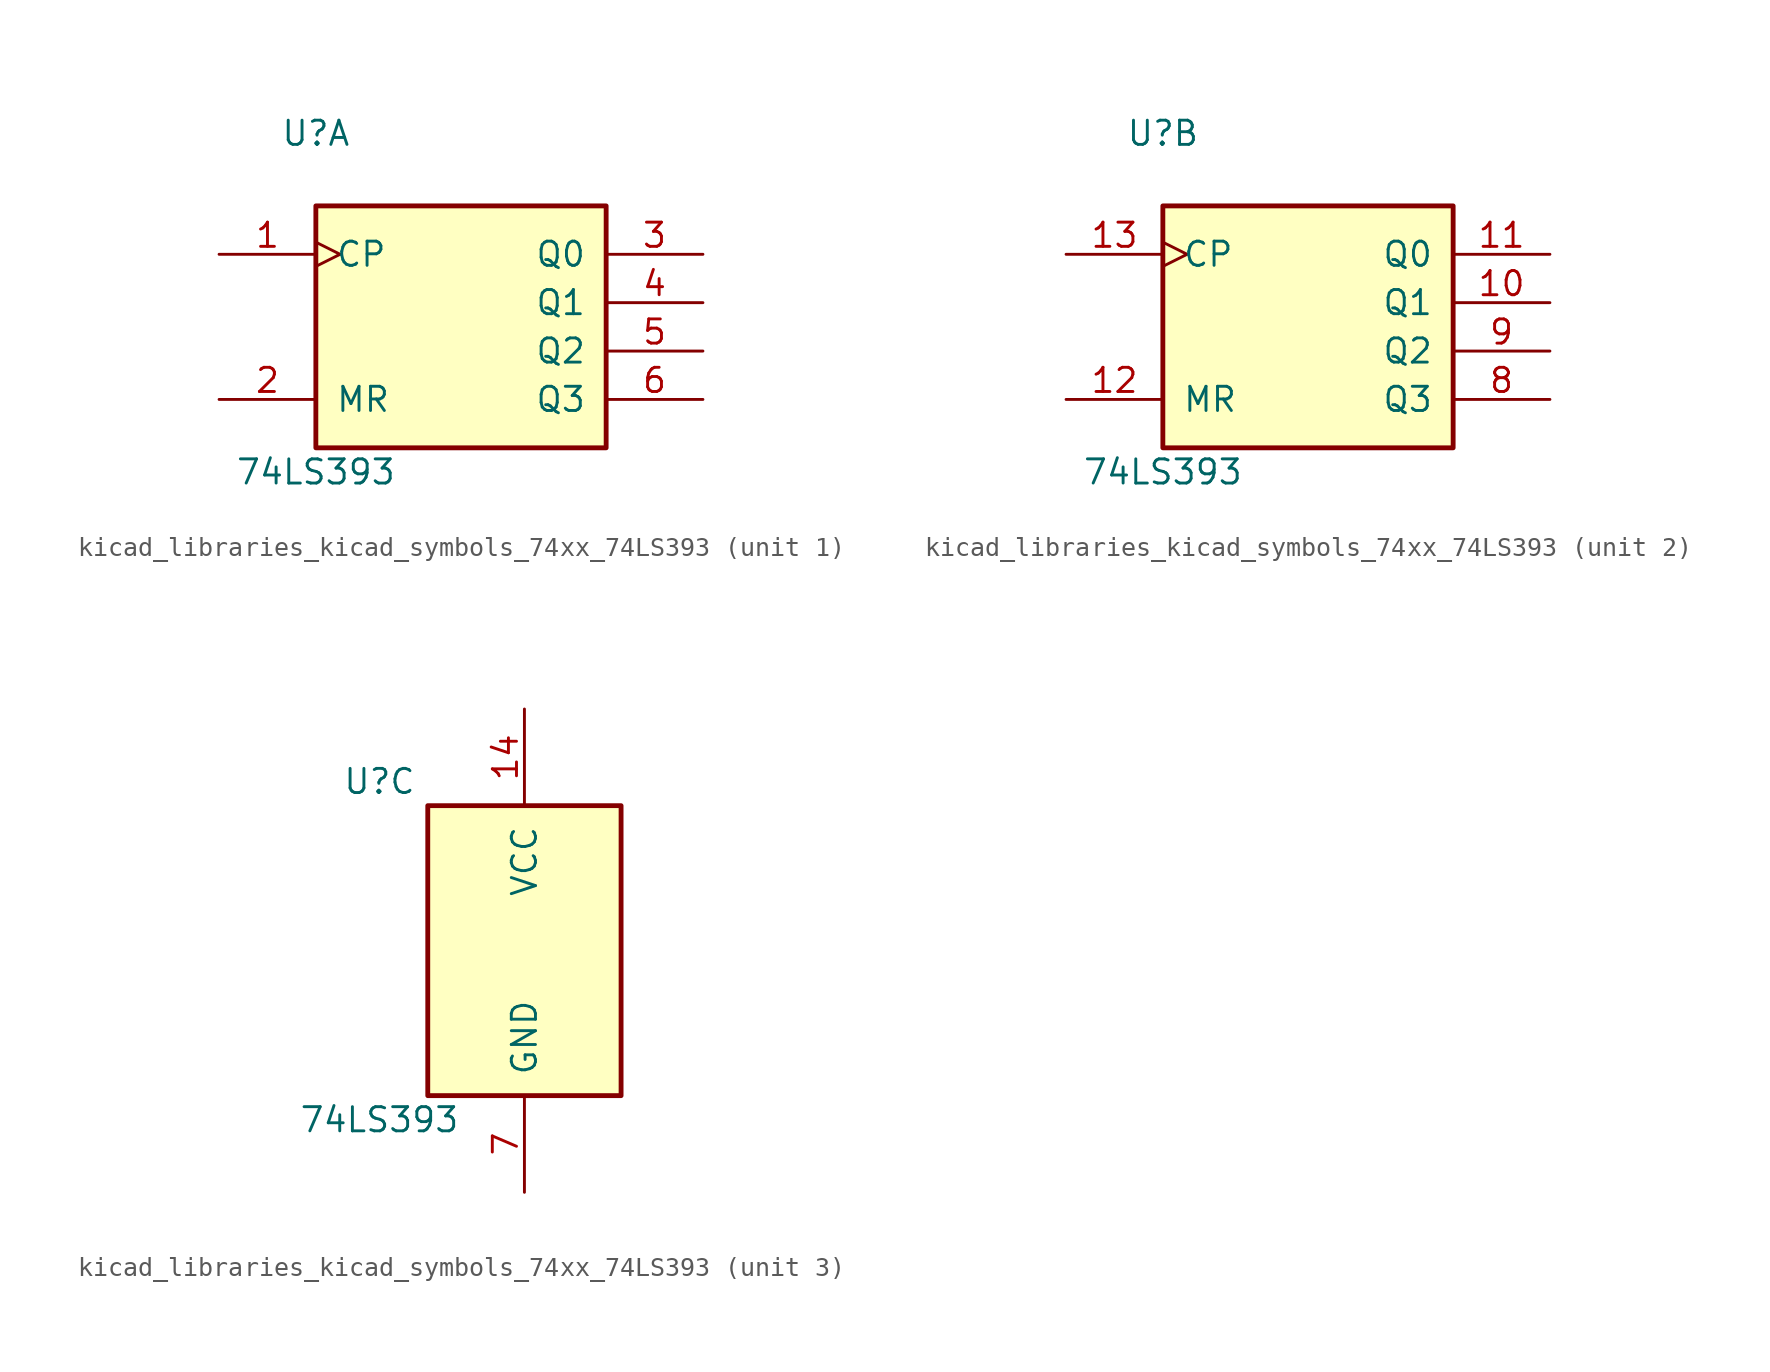
<source format=kicad_sym>
(kicad_symbol_lib
  (version 20220914)
  (generator kicad_symbol_editor)
  (symbol "kicad_libraries_kicad_symbols_74xx_74LS393"
    (pin_names
      (offset 1.016))
    (property "Reference" "U"
      (at -7.62 8.89 0)
      (effects (font (size 1.27 1.27))))
    (property "Value" "74LS393"
      (at -7.62 -8.89 0)
      (effects (font (size 1.27 1.27))))
    (property "ki_locked" ""
      (at 0 0 0)
      (effects (font (size 1.27 1.27))))
    (symbol "kicad_libraries_kicad_symbols_74xx_74LS393_1_0"
      (pin input clock (at -12.7 2.54 0) (length 5.08) (name "CP" (effects (font (size 1.27 1.27)))) (number "1" (effects (font (size 1.27 1.27)))))
      (pin input line (at -12.7 -5.08 0) (length 5.08) (name "MR" (effects (font (size 1.27 1.27)))) (number "2" (effects (font (size 1.27 1.27)))))
      (pin output line (at 12.7 2.54 180) (length 5.08) (name "Q0" (effects (font (size 1.27 1.27)))) (number "3" (effects (font (size 1.27 1.27)))))
      (pin output line (at 12.7 0 180) (length 5.08) (name "Q1" (effects (font (size 1.27 1.27)))) (number "4" (effects (font (size 1.27 1.27)))))
      (pin output line (at 12.7 -2.54 180) (length 5.08) (name "Q2" (effects (font (size 1.27 1.27)))) (number "5" (effects (font (size 1.27 1.27)))))
      (pin output line (at 12.7 -5.08 180) (length 5.08) (name "Q3" (effects (font (size 1.27 1.27)))) (number "6" (effects (font (size 1.27 1.27))))))
    (symbol "kicad_libraries_kicad_symbols_74xx_74LS393_1_1"
      (rectangle (start -7.62 5.08) (end 7.62 -7.62) (stroke (width 0.254) (type default)) (fill (type background))))
    (symbol "kicad_libraries_kicad_symbols_74xx_74LS393_2_0"
      (pin output line (at 12.7 0 180) (length 5.08) (name "Q1" (effects (font (size 1.27 1.27)))) (number "10" (effects (font (size 1.27 1.27)))))
      (pin output line (at 12.7 2.54 180) (length 5.08) (name "Q0" (effects (font (size 1.27 1.27)))) (number "11" (effects (font (size 1.27 1.27)))))
      (pin input line (at -12.7 -5.08 0) (length 5.08) (name "MR" (effects (font (size 1.27 1.27)))) (number "12" (effects (font (size 1.27 1.27)))))
      (pin input clock (at -12.7 2.54 0) (length 5.08) (name "CP" (effects (font (size 1.27 1.27)))) (number "13" (effects (font (size 1.27 1.27)))))
      (pin output line (at 12.7 -5.08 180) (length 5.08) (name "Q3" (effects (font (size 1.27 1.27)))) (number "8" (effects (font (size 1.27 1.27)))))
      (pin output line (at 12.7 -2.54 180) (length 5.08) (name "Q2" (effects (font (size 1.27 1.27)))) (number "9" (effects (font (size 1.27 1.27))))))
    (symbol "kicad_libraries_kicad_symbols_74xx_74LS393_2_1"
      (rectangle (start -7.62 5.08) (end 7.62 -7.62) (stroke (width 0.254) (type default)) (fill (type background))))
    (symbol "kicad_libraries_kicad_symbols_74xx_74LS393_3_0"
      (pin power_in line (at 0 12.7 270) (length 5.08) (name "VCC" (effects (font (size 1.27 1.27)))) (number "14" (effects (font (size 1.27 1.27)))))
      (pin power_in line (at 0 -12.7 90) (length 5.08) (name "GND" (effects (font (size 1.27 1.27)))) (number "7" (effects (font (size 1.27 1.27))))))
    (symbol "kicad_libraries_kicad_symbols_74xx_74LS393_3_1"
      (rectangle (start -5.08 7.62) (end 5.08 -7.62) (stroke (width 0.254) (type default)) (fill (type background))))))
</source>
